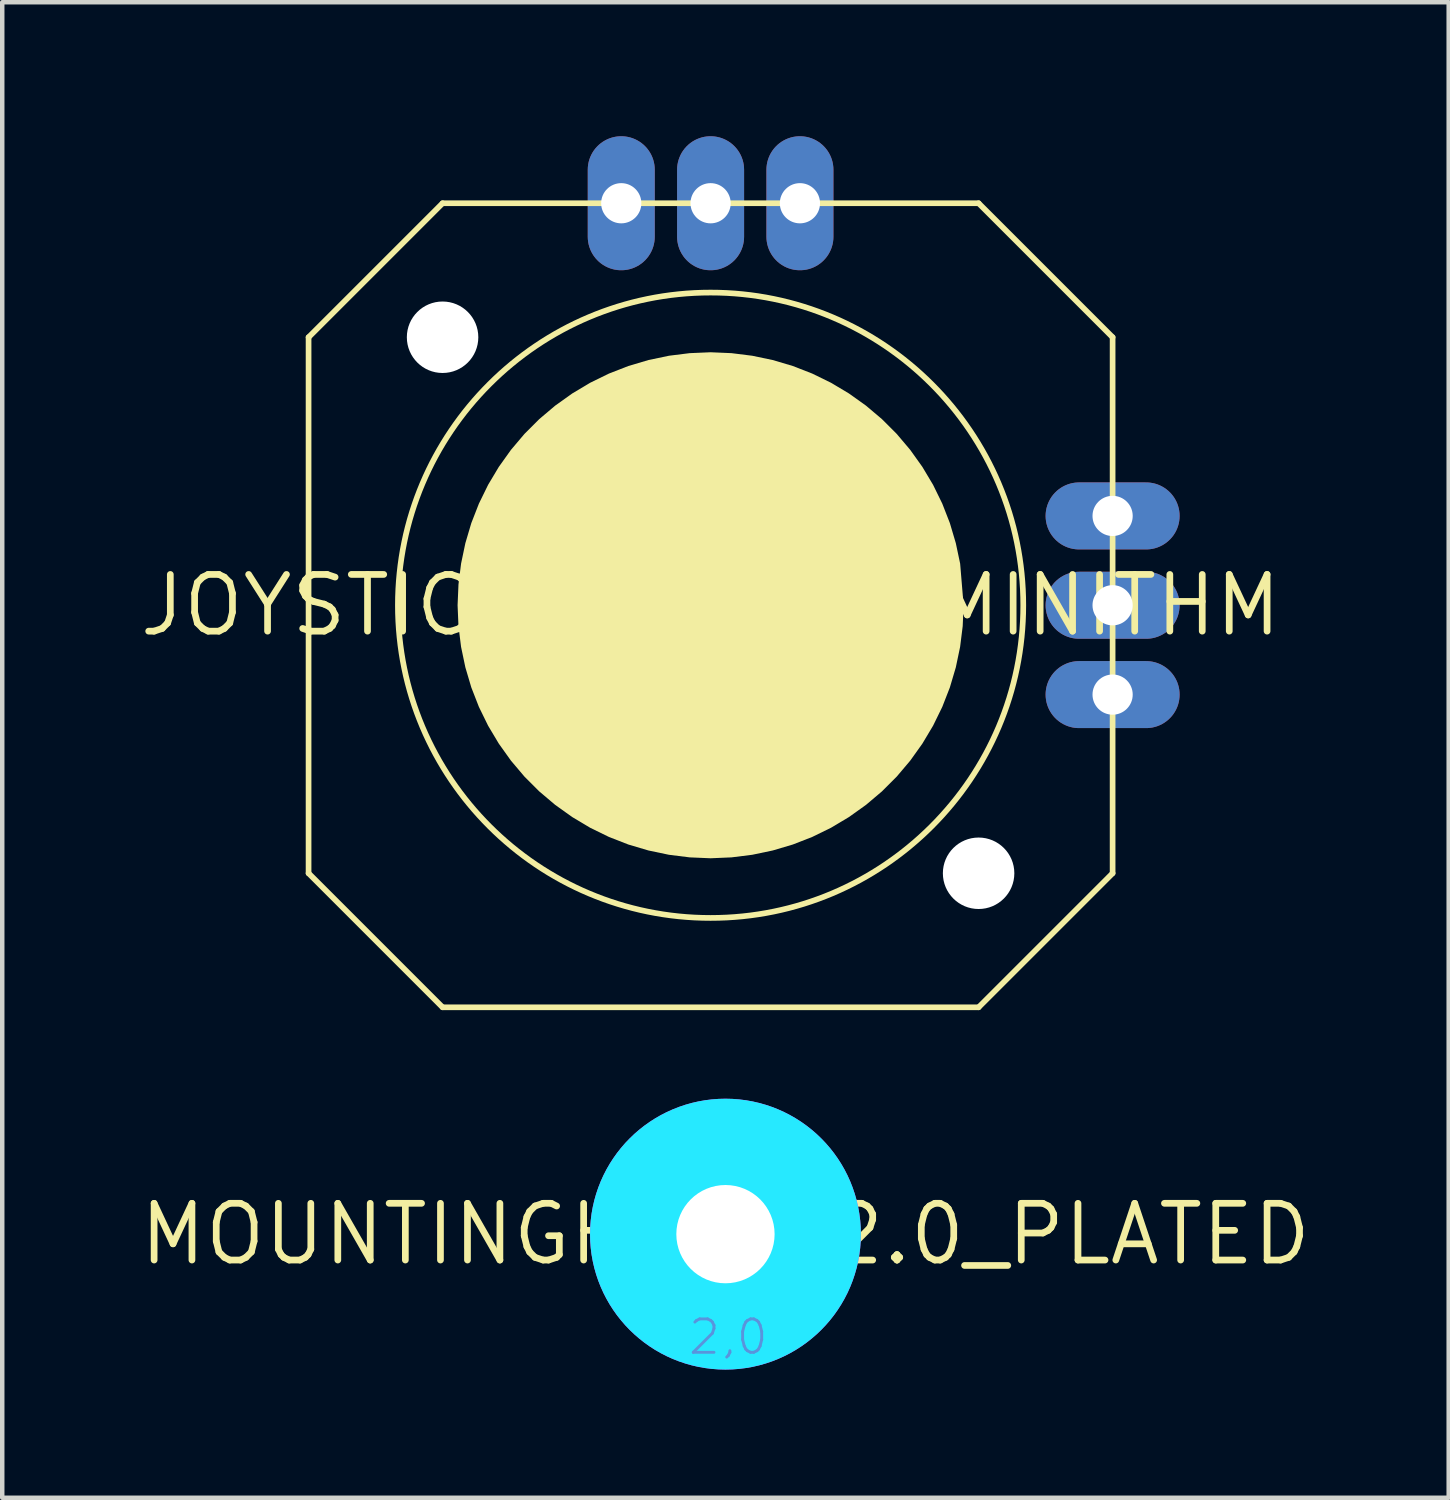
<source format=kicad_pcb>
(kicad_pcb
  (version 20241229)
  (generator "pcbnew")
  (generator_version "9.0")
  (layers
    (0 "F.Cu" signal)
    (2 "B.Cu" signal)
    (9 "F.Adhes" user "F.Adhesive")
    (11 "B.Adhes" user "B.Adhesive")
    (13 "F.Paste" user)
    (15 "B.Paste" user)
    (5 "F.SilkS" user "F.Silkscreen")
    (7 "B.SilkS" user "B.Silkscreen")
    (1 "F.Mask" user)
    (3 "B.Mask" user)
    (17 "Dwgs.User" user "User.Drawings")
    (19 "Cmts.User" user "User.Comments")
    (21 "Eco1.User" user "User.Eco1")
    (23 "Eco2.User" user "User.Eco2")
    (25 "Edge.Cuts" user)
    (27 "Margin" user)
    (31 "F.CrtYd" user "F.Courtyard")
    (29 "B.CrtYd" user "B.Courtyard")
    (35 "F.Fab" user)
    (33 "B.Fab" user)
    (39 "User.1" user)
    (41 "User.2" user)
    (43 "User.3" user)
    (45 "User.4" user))
  (footprint "MOUNTINGHOLE_2.0_PLATED"
    (layer "F.Cu")
    (at 13.191 24.579)
    (property "Reference" "MOUNTINGHOLE_2.0_PLATED" (at 0 0 0) (layer "F.SilkS") (effects (font (size 1.27 1.27) (thickness 0.15))))
    (fp_circle (center 0 0) (end 1.8 0) (stroke (width 0.203) (type solid)) (fill no) (layer "F.SilkS"))
    (fp_circle (center 0 0) (end 1 0) (stroke (width 2.032) (type solid)) (fill no) (layer "B.CrtYd"))
    (fp_circle (center 0 0) (end 1 0) (stroke (width 2.032) (type solid)) (fill no) (layer "F.CrtYd"))
    (fp_text user "2,0" (at -0.87 2.74 0) (layer "Cmts.User") (effects (font (size 0.748 0.748) (thickness 0.065)) (justify left bottom)))
    (pad "P$1" thru_hole circle (at 0 0) (size 3 3) (drill 2.2) (layers "*.Cu" "*.Mask"))
    (zone (net_name "") (layer "F.Cu") (hatch edge 0.508) (connect_pads) (min_thickness 0.254) (filled_areas_thickness no) (keepout (tracks not_allowed) (vias not_allowed) (pads not_allowed) (copperpour not_allowed) (footprints allowed)) (placement (enabled no)) (fill) (polygon (pts (xy 15.207 24.579) (xy 15.176 24.229) (xy 15.086 23.89) (xy 14.937 23.572) (xy 14.735 23.284) (xy 14.487 23.035) (xy 14.199 22.834) (xy 13.881 22.685) (xy 13.541 22.594) (xy 13.191 22.564) (xy 12.841 22.594) (xy 12.502 22.685) (xy 12.183 22.834) (xy 11.895 23.035) (xy 11.647 23.284) (xy 11.445 23.572) (xy 11.297 23.89) (xy 11.206 24.229) (xy 11.175 24.579) (xy 11.206 24.93) (xy 11.297 25.269) (xy 11.445 25.587) (xy 11.647 25.875) (xy 11.895 26.124) (xy 12.183 26.325) (xy 12.502 26.474) (xy 12.841 26.565) (xy 13.191 26.596) (xy 13.541 26.565) (xy 13.881 26.474) (xy 14.199 26.325) (xy 14.487 26.124) (xy 14.735 25.875) (xy 14.937 25.587) (xy 15.086 25.269) (xy 15.176 24.93))) (polygon (pts (xy 13.175 24.579) (xy 13.175 24.582) (xy 13.176 24.585) (xy 13.177 24.587) (xy 13.179 24.59) (xy 13.181 24.592) (xy 13.183 24.593) (xy 13.186 24.595) (xy 13.188 24.595) (xy 13.191 24.596) (xy 13.194 24.595) (xy 13.197 24.595) (xy 13.199 24.593) (xy 13.201 24.592) (xy 13.203 24.59) (xy 13.205 24.587) (xy 13.206 24.585) (xy 13.207 24.582) (xy 13.207 24.579) (xy 13.207 24.577) (xy 13.206 24.574) (xy 13.205 24.572) (xy 13.203 24.569) (xy 13.201 24.567) (xy 13.199 24.566) (xy 13.197 24.564) (xy 13.194 24.564) (xy 13.191 24.564) (xy 13.188 24.564) (xy 13.186 24.564) (xy 13.183 24.566) (xy 13.181 24.567) (xy 13.179 24.569) (xy 13.177 24.572) (xy 13.176 24.574) (xy 13.175 24.577))))
    (zone (net_name "") (layers "F.Cu" "B.Cu") (hatch edge 0.508) (connect_pads) (min_thickness 0.254) (filled_areas_thickness no) (keepout (tracks allowed) (vias not_allowed) (pads allowed) (copperpour allowed) (footprints allowed)) (placement (enabled no)) (fill) (polygon (pts (xy 15.207 24.579) (xy 15.176 24.229) (xy 15.086 23.89) (xy 14.937 23.572) (xy 14.735 23.284) (xy 14.487 23.035) (xy 14.199 22.834) (xy 13.881 22.685) (xy 13.541 22.594) (xy 13.191 22.564) (xy 12.841 22.594) (xy 12.502 22.685) (xy 12.183 22.834) (xy 11.895 23.035) (xy 11.647 23.284) (xy 11.445 23.572) (xy 11.297 23.89) (xy 11.206 24.229) (xy 11.175 24.579) (xy 11.206 24.93) (xy 11.297 25.269) (xy 11.445 25.587) (xy 11.647 25.875) (xy 11.895 26.124) (xy 12.183 26.325) (xy 12.502 26.474) (xy 12.841 26.565) (xy 13.191 26.596) (xy 13.541 26.565) (xy 13.881 26.474) (xy 14.199 26.325) (xy 14.487 26.124) (xy 14.735 25.875) (xy 14.937 25.587) (xy 15.086 25.269) (xy 15.176 24.93))) (polygon (pts (xy 13.175 24.579) (xy 13.175 24.582) (xy 13.176 24.585) (xy 13.177 24.587) (xy 13.179 24.59) (xy 13.181 24.592) (xy 13.183 24.593) (xy 13.186 24.595) (xy 13.188 24.595) (xy 13.191 24.596) (xy 13.194 24.595) (xy 13.197 24.595) (xy 13.199 24.593) (xy 13.201 24.592) (xy 13.203 24.59) (xy 13.205 24.587) (xy 13.206 24.585) (xy 13.207 24.582) (xy 13.207 24.579) (xy 13.207 24.577) (xy 13.206 24.574) (xy 13.205 24.572) (xy 13.203 24.569) (xy 13.201 24.567) (xy 13.199 24.566) (xy 13.197 24.564) (xy 13.194 24.564) (xy 13.191 24.564) (xy 13.188 24.564) (xy 13.186 24.564) (xy 13.183 24.566) (xy 13.181 24.567) (xy 13.179 24.569) (xy 13.177 24.572) (xy 13.176 24.574) (xy 13.175 24.577))))
    (zone (net_name "") (layer "B.Cu") (hatch edge 0.508) (connect_pads) (min_thickness 0.254) (filled_areas_thickness no) (keepout (tracks not_allowed) (vias not_allowed) (pads not_allowed) (copperpour not_allowed) (footprints allowed)) (placement (enabled no)) (fill) (polygon (pts (xy 15.207 24.579) (xy 15.176 24.229) (xy 15.086 23.89) (xy 14.937 23.572) (xy 14.735 23.284) (xy 14.487 23.035) (xy 14.199 22.834) (xy 13.881 22.685) (xy 13.541 22.594) (xy 13.191 22.564) (xy 12.841 22.594) (xy 12.502 22.685) (xy 12.183 22.834) (xy 11.895 23.035) (xy 11.647 23.284) (xy 11.445 23.572) (xy 11.297 23.89) (xy 11.206 24.229) (xy 11.175 24.579) (xy 11.206 24.93) (xy 11.297 25.269) (xy 11.445 25.587) (xy 11.647 25.875) (xy 11.895 26.124) (xy 12.183 26.325) (xy 12.502 26.474) (xy 12.841 26.565) (xy 13.191 26.596) (xy 13.541 26.565) (xy 13.881 26.474) (xy 14.199 26.325) (xy 14.487 26.124) (xy 14.735 25.875) (xy 14.937 25.587) (xy 15.086 25.269) (xy 15.176 24.93))) (polygon (pts (xy 13.175 24.579) (xy 13.175 24.582) (xy 13.176 24.585) (xy 13.177 24.587) (xy 13.179 24.59) (xy 13.181 24.592) (xy 13.183 24.593) (xy 13.186 24.595) (xy 13.188 24.595) (xy 13.191 24.596) (xy 13.194 24.595) (xy 13.197 24.595) (xy 13.199 24.593) (xy 13.201 24.592) (xy 13.203 24.59) (xy 13.205 24.587) (xy 13.206 24.585) (xy 13.207 24.582) (xy 13.207 24.579) (xy 13.207 24.577) (xy 13.206 24.574) (xy 13.205 24.572) (xy 13.203 24.569) (xy 13.201 24.567) (xy 13.199 24.566) (xy 13.197 24.564) (xy 13.194 24.564) (xy 13.191 24.564) (xy 13.188 24.564) (xy 13.186 24.564) (xy 13.183 24.566) (xy 13.181 24.567) (xy 13.179 24.569) (xy 13.177 24.572) (xy 13.176 24.574) (xy 13.175 24.577)))))
  (footprint "JOYSTICK_ANALOG_MINITHM"
    (layer "F.Cu")
    (at 12.858 10.5)
    (property "Reference" "JOYSTICK_ANALOG_MINITHM" (at 0 0 0) (layer "F.SilkS") (effects (font (size 1.27 1.27) (thickness 0.15))))
    (fp_line (start -9 -6) (end -6 -9) (stroke (width 0.127) (type solid)) (layer "F.SilkS"))
    (fp_line (start -9 6) (end -9 -6) (stroke (width 0.127) (type solid)) (layer "F.SilkS"))
    (fp_line (start -6 -9) (end 6 -9) (stroke (width 0.127) (type solid)) (layer "F.SilkS"))
    (fp_line (start -6 9) (end -9 6) (stroke (width 0.127) (type solid)) (layer "F.SilkS"))
    (fp_line (start 6 -9) (end 9 -6) (stroke (width 0.127) (type solid)) (layer "F.SilkS"))
    (fp_line (start 6 9) (end -6 9) (stroke (width 0.127) (type solid)) (layer "F.SilkS"))
    (fp_line (start 9 -6) (end 9 6) (stroke (width 0.127) (type solid)) (layer "F.SilkS"))
    (fp_line (start 9 6) (end 6 9) (stroke (width 0.127) (type solid)) (layer "F.SilkS"))
    (fp_circle (center 0 0) (end 7 0) (stroke (width 0.127) (type solid)) (fill no) (layer "F.SilkS"))
    (fp_poly (pts (xy 0.468 -5.644) (xy 0.932 -5.586) (xy 1.39 -5.49) (xy 1.839 -5.357) (xy 2.275 -5.187) (xy 2.696 -4.981) (xy 3.098 -4.741) (xy 3.479 -4.469) (xy 3.836 -4.167) (xy 4.167 -3.836) (xy 4.469 -3.479) (xy 4.741 -3.098) (xy 4.981 -2.696) (xy 5.187 -2.275) (xy 5.357 -1.839) (xy 5.49 -1.39) (xy 5.587 -0.931) (xy 5.664 -0.001) (xy 5.644 0.468) (xy 5.586 0.932) (xy 5.49 1.39) (xy 5.357 1.839) (xy 5.187 2.275) (xy 4.981 2.696) (xy 4.741 3.098) (xy 4.469 3.479) (xy 4.167 3.836) (xy 3.836 4.167) (xy 3.479 4.469) (xy 3.098 4.741) (xy 2.696 4.981) (xy 2.275 5.187) (xy 1.839 5.357) (xy 1.39 5.49) (xy 0.932 5.586) (xy 0.468 5.644) (xy 0 5.664) (xy -0.468 5.644) (xy -0.932 5.586) (xy -1.39 5.49) (xy -1.839 5.357) (xy -2.275 5.187) (xy -2.696 4.981) (xy -3.098 4.741) (xy -3.479 4.469) (xy -3.836 4.167) (xy -4.167 3.836) (xy -4.469 3.479) (xy -4.741 3.098) (xy -4.981 2.696) (xy -5.187 2.275) (xy -5.357 1.839) (xy -5.49 1.39) (xy -5.586 0.932) (xy -5.644 0.468) (xy -5.664 0) (xy -5.644 -0.468) (xy -5.586 -0.932) (xy -5.49 -1.39) (xy -5.357 -1.839) (xy -5.187 -2.275) (xy -4.981 -2.696) (xy -4.741 -3.098) (xy -4.469 -3.479) (xy -4.167 -3.836) (xy -3.836 -4.167) (xy -3.479 -4.469) (xy -3.098 -4.741) (xy -2.696 -4.981) (xy -2.275 -5.187) (xy -1.839 -5.357) (xy -1.39 -5.49) (xy -0.932 -5.586) (xy -0.468 -5.644) (xy 0 -5.664)) (stroke (width 0) (type solid)) (fill yes) (layer "F.SilkS"))
    (pad "" np_thru_hole circle (at -6 -6) (size 1.6 1.6) (drill 1.6) (layers "*.Cu" "*.Mask"))
    (pad "" np_thru_hole circle (at 6 6) (size 1.6 1.6) (drill 1.6) (layers "*.Cu" "*.Mask"))
    (pad "X" thru_hole oval (at 0 -9 90) (size 3 1.5) (drill 0.9) (layers "*.Cu" "*.Mask"))
    (pad "X+" thru_hole oval (at 2 -9 90) (size 3 1.5) (drill 0.9) (layers "*.Cu" "*.Mask"))
    (pad "X-" thru_hole oval (at -2 -9 90) (size 3 1.5) (drill 0.9) (layers "*.Cu" "*.Mask"))
    (pad "Y" thru_hole oval (at 9 0) (size 3 1.5) (drill 0.9) (layers "*.Cu" "*.Mask"))
    (pad "Y+" thru_hole oval (at 9 -2) (size 3 1.5) (drill 0.9) (layers "*.Cu" "*.Mask"))
    (pad "Y-" thru_hole oval (at 9 2) (size 3 1.5) (drill 0.9) (layers "*.Cu" "*.Mask")))
  (gr_rect
    (start -3 -3)
    (end 29.382 30.48)
    (stroke (width 0.1) (type default))
    (fill no)
    (layer "Edge.Cuts")))
</source>
